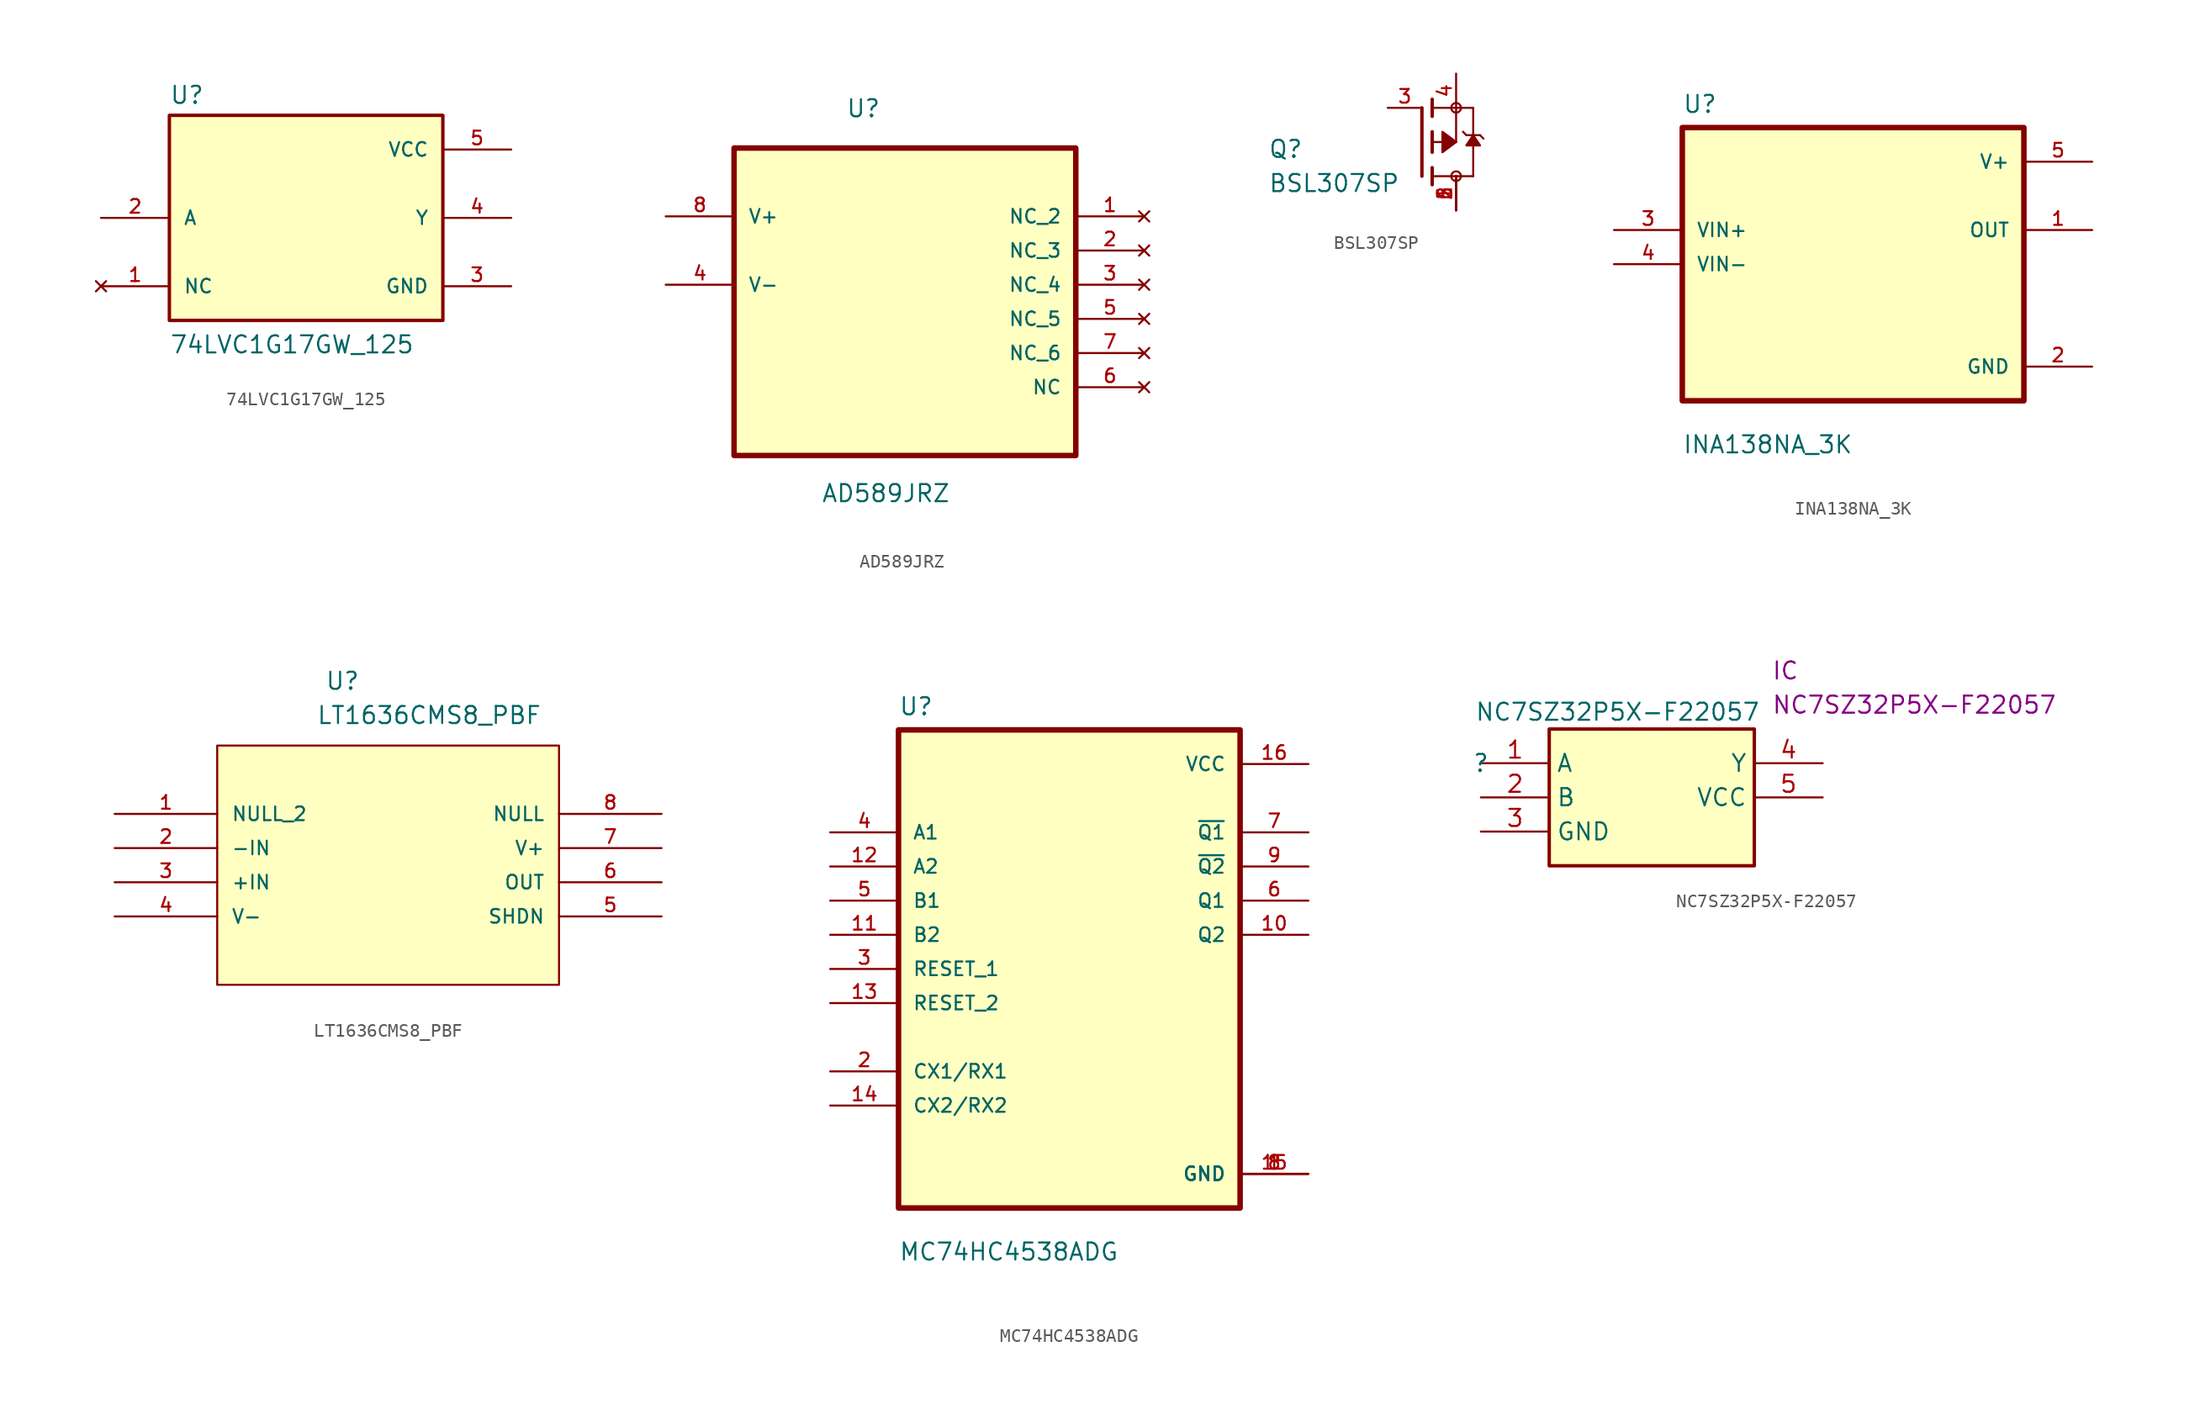
<source format=kicad_sym>
(kicad_symbol_lib
  (version 20211014)
  (generator kicad_symbol_editor)
  (symbol "74LVC1G17GW_125"
    (pin_names
      (offset 1.016))
    (property "Reference" "U"
      (at -10.16 8.382 0)
      (effects (font (size 1.27 1.27)) (justify left bottom)))
    (property "Value" "74LVC1G17GW_125"
      (at -10.16 -10.16 0)
      (effects (font (size 1.27 1.27)) (justify left bottom)))
    (symbol "74LVC1G17GW_125_0_0"
      (rectangle (start -10.16 -7.62) (end 10.16 7.62) (stroke (width 0.254) (type default) (color 0 0 0 0)) (fill (type background)))
      (pin no_connect line (at -15.24 -5.08 0) (length 5.08) (name "NC" (effects (font (size 1.016 1.016)))) (number "1" (effects (font (size 1.016 1.016)))))
      (pin input line (at -15.24 0 0) (length 5.08) (name "A" (effects (font (size 1.016 1.016)))) (number "2" (effects (font (size 1.016 1.016)))))
      (pin power_in line (at 15.24 -5.08 180) (length 5.08) (name "GND" (effects (font (size 1.016 1.016)))) (number "3" (effects (font (size 1.016 1.016)))))
      (pin output line (at 15.24 0 180) (length 5.08) (name "Y" (effects (font (size 1.016 1.016)))) (number "4" (effects (font (size 1.016 1.016)))))
      (pin power_in line (at 15.24 5.08 180) (length 5.08) (name "VCC" (effects (font (size 1.016 1.016)))) (number "5" (effects (font (size 1.016 1.016)))))))
  (symbol "AD589JRZ"
    (pin_names
      (offset 1.016))
    (property "Reference" "U"
      (at -4.4 9.818 0)
      (effects (font (size 1.27 1.27)) (justify left bottom)))
    (property "Value" "AD589JRZ"
      (at -6.231 -18.796 0)
      (effects (font (size 1.27 1.27)) (justify left bottom)))
    (symbol "AD589JRZ_0_0"
      (rectangle (start -12.7 -15.24) (end 12.7 7.62) (stroke (width 0.406) (type default) (color 0 0 0 0)) (fill (type background)))
      (pin no_connect line (at 17.78 2.54 180) (length 5.08) (name "NC_2" (effects (font (size 1.016 1.016)))) (number "1" (effects (font (size 1.016 1.016)))))
      (pin no_connect line (at 17.78 0 180) (length 5.08) (name "NC_3" (effects (font (size 1.016 1.016)))) (number "2" (effects (font (size 1.016 1.016)))))
      (pin no_connect line (at 17.78 -2.54 180) (length 5.08) (name "NC_4" (effects (font (size 1.016 1.016)))) (number "3" (effects (font (size 1.016 1.016)))))
      (pin power_in line (at -17.78 -2.54 0) (length 5.08) (name "V-" (effects (font (size 1.016 1.016)))) (number "4" (effects (font (size 1.016 1.016)))))
      (pin no_connect line (at 17.78 -5.08 180) (length 5.08) (name "NC_5" (effects (font (size 1.016 1.016)))) (number "5" (effects (font (size 1.016 1.016)))))
      (pin no_connect line (at 17.78 -10.16 180) (length 5.08) (name "NC" (effects (font (size 1.016 1.016)))) (number "6" (effects (font (size 1.016 1.016)))))
      (pin no_connect line (at 17.78 -7.62 180) (length 5.08) (name "NC_6" (effects (font (size 1.016 1.016)))) (number "7" (effects (font (size 1.016 1.016)))))
      (pin power_in line (at -17.78 2.54 0) (length 5.08) (name "V+" (effects (font (size 1.016 1.016)))) (number "8" (effects (font (size 1.016 1.016)))))))
  (symbol "BSL307SP"
    (pin_names
      (offset 1.016))
    (property "Reference" "Q"
      (at -11.43 -1.27 0)
      (effects (font (size 1.27 1.27)) (justify left bottom)))
    (property "Value" "BSL307SP"
      (at -11.43 -3.81 0)
      (effects (font (size 1.27 1.27)) (justify left bottom)))
    (symbol "BSL307SP_0_0"
      (polyline (pts (xy 0 -2.54) (xy 0 2.54)) (stroke (width 0.254) (type default) (color 0 0 0 0)) (fill (type none)))
      (polyline (pts (xy 0.762 -3.175) (xy 0.762 -2.54)) (stroke (width 0.254) (type default) (color 0 0 0 0)) (fill (type none)))
      (polyline (pts (xy 0.762 -2.54) (xy 0.762 -1.905)) (stroke (width 0.254) (type default) (color 0 0 0 0)) (fill (type none)))
      (polyline (pts (xy 0.762 -2.54) (xy 3.81 -2.54)) (stroke (width 0.152) (type default) (color 0 0 0 0)) (fill (type none)))
      (polyline (pts (xy 0.762 -0.762) (xy 0.762 0)) (stroke (width 0.254) (type default) (color 0 0 0 0)) (fill (type none)))
      (polyline (pts (xy 0.762 0) (xy 0.762 0.762)) (stroke (width 0.254) (type default) (color 0 0 0 0)) (fill (type none)))
      (polyline (pts (xy 0.762 0) (xy 2.54 0)) (stroke (width 0.152) (type default) (color 0 0 0 0)) (fill (type none)))
      (polyline (pts (xy 0.762 1.905) (xy 0.762 2.54)) (stroke (width 0.254) (type default) (color 0 0 0 0)) (fill (type none)))
      (polyline (pts (xy 0.762 2.54) (xy 0.762 3.175)) (stroke (width 0.254) (type default) (color 0 0 0 0)) (fill (type none)))
      (polyline (pts (xy 2.54 0) (xy 2.54 2.54)) (stroke (width 0.152) (type default) (color 0 0 0 0)) (fill (type none)))
      (polyline (pts (xy 2.54 2.54) (xy 0.762 2.54)) (stroke (width 0.152) (type default) (color 0 0 0 0)) (fill (type none)))
      (polyline (pts (xy 2.54 2.54) (xy 3.81 2.54)) (stroke (width 0.152) (type default) (color 0 0 0 0)) (fill (type none)))
      (polyline (pts (xy 3.048 0.762) (xy 3.302 0.508)) (stroke (width 0.152) (type default) (color 0 0 0 0)) (fill (type none)))
      (polyline (pts (xy 3.302 0.508) (xy 3.81 0.508)) (stroke (width 0.152) (type default) (color 0 0 0 0)) (fill (type none)))
      (polyline (pts (xy 3.81 -2.54) (xy 3.81 0.508)) (stroke (width 0.152) (type default) (color 0 0 0 0)) (fill (type none)))
      (polyline (pts (xy 3.81 0.508) (xy 3.81 2.54)) (stroke (width 0.152) (type default) (color 0 0 0 0)) (fill (type none)))
      (polyline (pts (xy 3.81 0.508) (xy 4.318 0.508)) (stroke (width 0.152) (type default) (color 0 0 0 0)) (fill (type none)))
      (polyline (pts (xy 4.318 0.508) (xy 4.572 0.254)) (stroke (width 0.152) (type default) (color 0 0 0 0)) (fill (type none)))
      (polyline (pts (xy 2.54 0) (xy 1.524 0.762) (xy 1.524 -0.762) (xy 2.54 0)) (stroke (width 0.152) (type default) (color 0 0 0 0)) (fill (type outline)))
      (polyline (pts (xy 3.81 0.508) (xy 4.318 -0.254) (xy 3.302 -0.254) (xy 3.81 0.508)) (stroke (width 0.152) (type default) (color 0 0 0 0)) (fill (type outline)))
      (circle (center 2.54 -2.54) (radius 0.359) (stroke (width 0) (type default) (color 0 0 0 0)) (fill (type none)))
      (circle (center 2.54 2.54) (radius 0.359) (stroke (width 0) (type default) (color 0 0 0 0)) (fill (type none)))
      (pin passive line (at 2.54 -5.08 90) (length 2.54) (name "~" (effects (font (size 1.016 1.016)))) (number "1" (effects (font (size 1.016 1.016)))))
      (pin passive line (at 2.54 -5.08 90) (length 2.54) (name "~" (effects (font (size 1.016 1.016)))) (number "2" (effects (font (size 1.016 1.016)))))
      (pin passive line (at -2.54 2.54 0) (length 2.54) (name "~" (effects (font (size 1.016 1.016)))) (number "3" (effects (font (size 1.016 1.016)))))
      (pin passive line (at 2.54 5.08 270) (length 2.54) (name "~" (effects (font (size 1.016 1.016)))) (number "4" (effects (font (size 1.016 1.016)))))
      (pin passive line (at 2.54 -5.08 90) (length 2.54) (name "~" (effects (font (size 1.016 1.016)))) (number "5" (effects (font (size 1.016 1.016)))))
      (pin passive line (at 2.54 -5.08 90) (length 2.54) (name "~" (effects (font (size 1.016 1.016)))) (number "6" (effects (font (size 1.016 1.016)))))))
  (symbol "INA138NA_3K"
    (pin_names
      (offset 1.016))
    (property "Reference" "U"
      (at -12.7 11.16 0)
      (effects (font (size 1.27 1.27)) (justify left bottom)))
    (property "Value" "INA138NA_3K"
      (at -12.7 -14.16 0)
      (effects (font (size 1.27 1.27)) (justify left bottom)))
    (symbol "INA138NA_3K_0_0"
      (rectangle (start -12.7 -10.16) (end 12.7 10.16) (stroke (width 0.41) (type default) (color 0 0 0 0)) (fill (type background)))
      (pin output line (at 17.78 2.54 180) (length 5.08) (name "OUT" (effects (font (size 1.016 1.016)))) (number "1" (effects (font (size 1.016 1.016)))))
      (pin power_in line (at 17.78 -7.62 180) (length 5.08) (name "GND" (effects (font (size 1.016 1.016)))) (number "2" (effects (font (size 1.016 1.016)))))
      (pin input line (at -17.78 2.54 0) (length 5.08) (name "VIN+" (effects (font (size 1.016 1.016)))) (number "3" (effects (font (size 1.016 1.016)))))
      (pin input line (at -17.78 0 0) (length 5.08) (name "VIN-" (effects (font (size 1.016 1.016)))) (number "4" (effects (font (size 1.016 1.016)))))
      (pin power_in line (at 17.78 7.62 180) (length 5.08) (name "V+" (effects (font (size 1.016 1.016)))) (number "5" (effects (font (size 1.016 1.016)))))))
  (symbol "LT1636CMS8_PBF"
    (pin_names
      (offset 1.016))
    (property "Reference" "U"
      (at 15.623 9.134 0)
      (effects (font (size 1.27 1.27)) (justify left bottom)))
    (property "Value" "LT1636CMS8_PBF"
      (at 14.984 6.589 0)
      (effects (font (size 1.27 1.27)) (justify left bottom)))
    (symbol "LT1636CMS8_PBF_0_0"
      (rectangle (start 7.62 -12.7) (end 33.02 5.08) (stroke (width 0.152) (type default) (color 0 0 0 0)) (fill (type background)))
      (pin passive line (at 0 0 0) (length 7.62) (name "NULL_2" (effects (font (size 1.016 1.016)))) (number "1" (effects (font (size 1.016 1.016)))))
      (pin input line (at 0 -2.54 0) (length 7.62) (name "-IN" (effects (font (size 1.016 1.016)))) (number "2" (effects (font (size 1.016 1.016)))))
      (pin input line (at 0 -5.08 0) (length 7.62) (name "+IN" (effects (font (size 1.016 1.016)))) (number "3" (effects (font (size 1.016 1.016)))))
      (pin power_in line (at 0 -7.62 0) (length 7.62) (name "V-" (effects (font (size 1.016 1.016)))) (number "4" (effects (font (size 1.016 1.016)))))
      (pin passive line (at 40.64 -7.62 180) (length 7.62) (name "SHDN" (effects (font (size 1.016 1.016)))) (number "5" (effects (font (size 1.016 1.016)))))
      (pin tri_state line (at 40.64 -5.08 180) (length 7.62) (name "OUT" (effects (font (size 1.016 1.016)))) (number "6" (effects (font (size 1.016 1.016)))))
      (pin power_in line (at 40.64 -2.54 180) (length 7.62) (name "V+" (effects (font (size 1.016 1.016)))) (number "7" (effects (font (size 1.016 1.016)))))
      (pin passive line (at 40.64 0 180) (length 7.62) (name "NULL" (effects (font (size 1.016 1.016)))) (number "8" (effects (font (size 1.016 1.016)))))))
  (symbol "MC74HC4538ADG"
    (pin_names
      (offset 1.016))
    (property "Reference" "U"
      (at -12.7 18.78 0)
      (effects (font (size 1.27 1.27)) (justify left bottom)))
    (property "Value" "MC74HC4538ADG"
      (at -12.7 -21.78 0)
      (effects (font (size 1.27 1.27)) (justify left bottom)))
    (symbol "MC74HC4538ADG_0_0"
      (rectangle (start -12.7 -17.78) (end 12.7 17.78) (stroke (width 0.41) (type default) (color 0 0 0 0)) (fill (type background)))
      (pin power_in line (at 17.78 -15.24 180) (length 5.08) (name "GND" (effects (font (size 1.016 1.016)))) (number "1" (effects (font (size 1.016 1.016)))))
      (pin output line (at 17.78 2.54 180) (length 5.08) (name "Q2" (effects (font (size 1.016 1.016)))) (number "10" (effects (font (size 1.016 1.016)))))
      (pin input line (at -17.78 2.54 0) (length 5.08) (name "B2" (effects (font (size 1.016 1.016)))) (number "11" (effects (font (size 1.016 1.016)))))
      (pin input line (at -17.78 7.62 0) (length 5.08) (name "A2" (effects (font (size 1.016 1.016)))) (number "12" (effects (font (size 1.016 1.016)))))
      (pin input line (at -17.78 -2.54 0) (length 5.08) (name "RESET_2" (effects (font (size 1.016 1.016)))) (number "13" (effects (font (size 1.016 1.016)))))
      (pin bidirectional line (at -17.78 -10.16 0) (length 5.08) (name "CX2/RX2" (effects (font (size 1.016 1.016)))) (number "14" (effects (font (size 1.016 1.016)))))
      (pin power_in line (at 17.78 -15.24 180) (length 5.08) (name "GND" (effects (font (size 1.016 1.016)))) (number "15" (effects (font (size 1.016 1.016)))))
      (pin power_in line (at 17.78 15.24 180) (length 5.08) (name "VCC" (effects (font (size 1.016 1.016)))) (number "16" (effects (font (size 1.016 1.016)))))
      (pin bidirectional line (at -17.78 -7.62 0) (length 5.08) (name "CX1/RX1" (effects (font (size 1.016 1.016)))) (number "2" (effects (font (size 1.016 1.016)))))
      (pin input line (at -17.78 0 0) (length 5.08) (name "RESET_1" (effects (font (size 1.016 1.016)))) (number "3" (effects (font (size 1.016 1.016)))))
      (pin input line (at -17.78 10.16 0) (length 5.08) (name "A1" (effects (font (size 1.016 1.016)))) (number "4" (effects (font (size 1.016 1.016)))))
      (pin input line (at -17.78 5.08 0) (length 5.08) (name "B1" (effects (font (size 1.016 1.016)))) (number "5" (effects (font (size 1.016 1.016)))))
      (pin output line (at 17.78 5.08 180) (length 5.08) (name "Q1" (effects (font (size 1.016 1.016)))) (number "6" (effects (font (size 1.016 1.016)))))
      (pin output line (at 17.78 10.16 180) (length 5.08) (name "~{Q1}" (effects (font (size 1.016 1.016)))) (number "7" (effects (font (size 1.016 1.016)))))
      (pin power_in line (at 17.78 -15.24 180) (length 5.08) (name "GND" (effects (font (size 1.016 1.016)))) (number "8" (effects (font (size 1.016 1.016)))))
      (pin output line (at 17.78 7.62 180) (length 5.08) (name "~{Q2}" (effects (font (size 1.016 1.016)))) (number "9" (effects (font (size 1.016 1.016)))))))
  (symbol "NC7SZ32P5X-F22057"
    (property "Reference" ""
      (at 0 0 0)
      (effects (font (size 1.27 1.27))))
    (property "Value" "NC7SZ32P5X-F22057"
      (at 10.16 3.81 0)
      (effects (font (size 1.27 1.27))))
    (property "Reference_1" "IC"
      (at 21.59 7.62 0)
      (effects (font (size 1.27 1.27)) (justify left top)))
    (property "Value_1" "NC7SZ32P5X-F22057"
      (at 21.59 5.08 0)
      (effects (font (size 1.27 1.27)) (justify left top)))
    (symbol "NC7SZ32P5X-F22057_1_1"
      (rectangle (start 5.08 2.54) (end 20.32 -7.62) (stroke (width 0.254) (type default) (color 0 0 0 0)) (fill (type background)))
      (pin passive line (at 0 0 0) (length 5.08) (name "A" (effects (font (size 1.27 1.27)))) (number "1" (effects (font (size 1.27 1.27)))))
      (pin passive line (at 0 -2.54 0) (length 5.08) (name "B" (effects (font (size 1.27 1.27)))) (number "2" (effects (font (size 1.27 1.27)))))
      (pin passive line (at 0 -5.08 0) (length 5.08) (name "GND" (effects (font (size 1.27 1.27)))) (number "3" (effects (font (size 1.27 1.27)))))
      (pin passive line (at 25.4 0 180) (length 5.08) (name "Y" (effects (font (size 1.27 1.27)))) (number "4" (effects (font (size 1.27 1.27)))))
      (pin passive line (at 25.4 -2.54 180) (length 5.08) (name "VCC" (effects (font (size 1.27 1.27)))) (number "5" (effects (font (size 1.27 1.27))))))))
</source>
